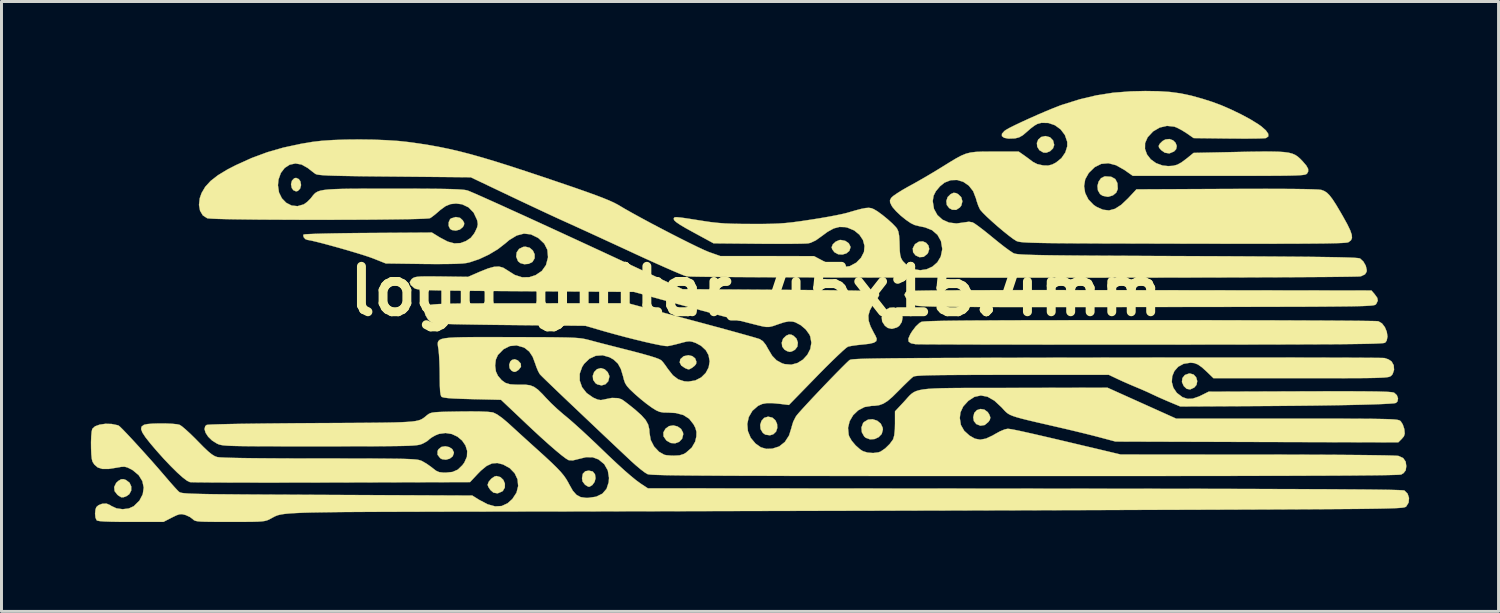
<source format=kicad_pcb>
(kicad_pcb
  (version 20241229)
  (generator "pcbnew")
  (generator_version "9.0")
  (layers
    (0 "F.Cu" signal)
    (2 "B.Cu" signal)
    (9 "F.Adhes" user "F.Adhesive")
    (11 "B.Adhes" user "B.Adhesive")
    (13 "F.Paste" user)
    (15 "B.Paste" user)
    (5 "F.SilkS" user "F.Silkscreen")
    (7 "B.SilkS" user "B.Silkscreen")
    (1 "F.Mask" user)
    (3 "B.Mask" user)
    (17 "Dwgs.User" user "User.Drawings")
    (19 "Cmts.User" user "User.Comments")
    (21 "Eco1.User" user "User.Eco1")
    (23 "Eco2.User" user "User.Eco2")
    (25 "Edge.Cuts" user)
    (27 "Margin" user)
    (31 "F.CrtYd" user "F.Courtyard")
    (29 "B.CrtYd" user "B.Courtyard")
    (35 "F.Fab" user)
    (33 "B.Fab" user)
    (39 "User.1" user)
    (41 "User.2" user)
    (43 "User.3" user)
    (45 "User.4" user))
  (footprint "logo_guitar_45x15.4mm"
    (layer "F.Cu")
    (at 22.325 6.723)
    (property "Reference" "logo_guitar_45x15.4mm" (at 0 0 0) (layer "F.SilkS") (effects (font (size 1.524 1.524) (thickness 0.3))))
    (attr through_hole)
    (fp_poly (pts (xy -15.348 -3.763) (xy -15.295 -3.69) (xy -15.271 -3.562) (xy -15.303 -3.444) (xy -15.377 -3.366) (xy -15.439 -3.35) (xy -15.531 -3.391) (xy -15.583 -3.464) (xy -15.607 -3.592) (xy -15.576 -3.71) (xy -15.501 -3.788) (xy -15.439 -3.803) (xy -15.348 -3.763)) (stroke (width 0.01) (type solid)) (fill yes) (layer "F.SilkS"))
    (fp_poly (pts (xy 9.864 -5.167) (xy 9.968 -5.06) (xy 10.006 -4.909) (xy 9.966 -4.793) (xy 9.867 -4.698) (xy 9.741 -4.648) (xy 9.644 -4.653) (xy 9.509 -4.732) (xy 9.437 -4.847) (xy 9.425 -4.974) (xy 9.471 -5.091) (xy 9.571 -5.176) (xy 9.712 -5.207) (xy 9.864 -5.167)) (stroke (width 0.01) (type solid)) (fill yes) (layer "F.SilkS"))
    (fp_poly (pts (xy 14.688 2.799) (xy 14.772 2.894) (xy 14.806 3.017) (xy 14.783 3.143) (xy 14.705 3.235) (xy 14.568 3.298) (xy 14.452 3.276) (xy 14.355 3.185) (xy 14.293 3.047) (xy 14.309 2.916) (xy 14.391 2.813) (xy 14.528 2.764) (xy 14.562 2.762) (xy 14.688 2.799)) (stroke (width 0.01) (type solid)) (fill yes) (layer "F.SilkS"))
    (fp_poly (pts (xy -10.298 5.233) (xy -10.194 5.303) (xy -10.143 5.408) (xy -10.142 5.429) (xy -10.181 5.54) (xy -10.28 5.619) (xy -10.409 5.655) (xy -10.54 5.638) (xy -10.602 5.603) (xy -10.69 5.489) (xy -10.689 5.364) (xy -10.657 5.303) (xy -10.558 5.226) (xy -10.429 5.205) (xy -10.298 5.233)) (stroke (width 0.01) (type solid)) (fill yes) (layer "F.SilkS"))
    (fp_poly (pts (xy -9.935 -2.461) (xy -9.843 -2.377) (xy -9.796 -2.288) (xy -9.803 -2.219) (xy -9.843 -2.151) (xy -9.942 -2.069) (xy -10.077 -2.034) (xy -10.207 -2.053) (xy -10.269 -2.092) (xy -10.318 -2.192) (xy -10.316 -2.314) (xy -10.269 -2.416) (xy -10.235 -2.443) (xy -10.076 -2.49) (xy -9.935 -2.461)) (stroke (width 0.01) (type solid)) (fill yes) (layer "F.SilkS"))
    (fp_poly (pts (xy -5.48 6.052) (xy -5.406 6.146) (xy -5.388 6.277) (xy -5.419 6.4) (xy -5.495 6.506) (xy -5.59 6.562) (xy -5.614 6.565) (xy -5.666 6.542) (xy -5.74 6.495) (xy -5.823 6.388) (xy -5.841 6.277) (xy -5.814 6.126) (xy -5.731 6.043) (xy -5.614 6.022) (xy -5.48 6.052)) (stroke (width 0.01) (type solid)) (fill yes) (layer "F.SilkS"))
    (fp_poly (pts (xy -5.082 2.62) (xy -4.978 2.719) (xy -4.925 2.843) (xy -4.924 2.868) (xy -4.96 3.022) (xy -5.055 3.123) (xy -5.185 3.162) (xy -5.329 3.127) (xy -5.389 3.087) (xy -5.468 2.974) (xy -5.48 2.84) (xy -5.434 2.712) (xy -5.338 2.617) (xy -5.207 2.581) (xy -5.082 2.62)) (stroke (width 0.01) (type solid)) (fill yes) (layer "F.SilkS"))
    (fp_poly (pts (xy 5.707 -1.624) (xy 5.785 -1.534) (xy 5.812 -1.417) (xy 5.771 -1.286) (xy 5.748 -1.252) (xy 5.624 -1.153) (xy 5.483 -1.142) (xy 5.353 -1.202) (xy 5.27 -1.308) (xy 5.261 -1.439) (xy 5.328 -1.569) (xy 5.343 -1.585) (xy 5.469 -1.664) (xy 5.596 -1.672) (xy 5.707 -1.624)) (stroke (width 0.01) (type solid)) (fill yes) (layer "F.SilkS"))
    (fp_poly (pts (xy 7.662 3.974) (xy 7.776 4.059) (xy 7.826 4.138) (xy 7.863 4.238) (xy 7.846 4.316) (xy 7.799 4.386) (xy 7.674 4.491) (xy 7.529 4.514) (xy 7.391 4.459) (xy 7.31 4.358) (xy 7.289 4.232) (xy 7.324 4.085) (xy 7.413 3.991) (xy 7.533 3.953) (xy 7.662 3.974)) (stroke (width 0.01) (type solid)) (fill yes) (layer "F.SilkS"))
    (fp_poly (pts (xy 13.995 -5.063) (xy 14.08 -4.979) (xy 14.119 -4.873) (xy 14.098 -4.766) (xy 14.028 -4.69) (xy 13.87 -4.624) (xy 13.717 -4.649) (xy 13.599 -4.733) (xy 13.526 -4.816) (xy 13.513 -4.877) (xy 13.55 -4.949) (xy 13.643 -5.04) (xy 13.738 -5.092) (xy 13.876 -5.107) (xy 13.995 -5.063)) (stroke (width 0.01) (type solid)) (fill yes) (layer "F.SilkS"))
    (fp_poly (pts (xy -7.998 2.323) (xy -7.988 2.33) (xy -7.897 2.429) (xy -7.89 2.538) (xy -7.97 2.64) (xy -7.979 2.646) (xy -8.066 2.701) (xy -8.126 2.708) (xy -8.204 2.669) (xy -8.206 2.668) (xy -8.272 2.584) (xy -8.285 2.468) (xy -8.247 2.358) (xy -8.192 2.307) (xy -8.099 2.283) (xy -7.998 2.323)) (stroke (width 0.01) (type solid)) (fill yes) (layer "F.SilkS"))
    (fp_poly (pts (xy -7.598 -1.458) (xy -7.491 -1.365) (xy -7.432 -1.24) (xy -7.432 -1.105) (xy -7.502 -0.986) (xy -7.508 -0.98) (xy -7.632 -0.918) (xy -7.78 -0.906) (xy -7.916 -0.945) (xy -7.989 -1.006) (xy -8.05 -1.158) (xy -8.034 -1.303) (xy -7.953 -1.42) (xy -7.817 -1.486) (xy -7.742 -1.494) (xy -7.598 -1.458)) (stroke (width 0.01) (type solid)) (fill yes) (layer "F.SilkS"))
    (fp_poly (pts (xy -2.635 4.54) (xy -2.518 4.622) (xy -2.452 4.745) (xy -2.445 4.805) (xy -2.483 4.952) (xy -2.58 5.055) (xy -2.715 5.105) (xy -2.863 5.095) (xy -3.001 5.016) (xy -3.013 5.005) (xy -3.106 4.871) (xy -3.11 4.739) (xy -3.039 4.614) (xy -2.92 4.528) (xy -2.777 4.505) (xy -2.635 4.54)) (stroke (width 0.01) (type solid)) (fill yes) (layer "F.SilkS"))
    (fp_poly (pts (xy 0.55 4.245) (xy 0.65 4.335) (xy 0.705 4.457) (xy 0.712 4.59) (xy 0.671 4.713) (xy 0.577 4.802) (xy 0.465 4.836) (xy 0.311 4.814) (xy 0.229 4.757) (xy 0.152 4.629) (xy 0.139 4.486) (xy 0.182 4.351) (xy 0.272 4.251) (xy 0.402 4.211) (xy 0.407 4.211) (xy 0.55 4.245)) (stroke (width 0.01) (type solid)) (fill yes) (layer "F.SilkS"))
    (fp_poly (pts (xy 6.71 -3.293) (xy 6.78 -3.258) (xy 6.886 -3.154) (xy 6.924 -3.017) (xy 6.889 -2.876) (xy 6.839 -2.81) (xy 6.714 -2.729) (xy 6.582 -2.735) (xy 6.482 -2.789) (xy 6.402 -2.893) (xy 6.386 -3.027) (xy 6.43 -3.159) (xy 6.531 -3.258) (xy 6.531 -3.258) (xy 6.63 -3.302) (xy 6.71 -3.293)) (stroke (width 0.01) (type solid)) (fill yes) (layer "F.SilkS"))
    (fp_poly (pts (xy -21.146 6.338) (xy -21.028 6.427) (xy -20.97 6.554) (xy -20.972 6.692) (xy -21.037 6.813) (xy -21.122 6.874) (xy -21.232 6.917) (xy -21.309 6.915) (xy -21.397 6.861) (xy -21.435 6.831) (xy -21.529 6.71) (xy -21.542 6.571) (xy -21.476 6.435) (xy -21.407 6.37) (xy -21.31 6.312) (xy -21.224 6.31) (xy -21.146 6.338)) (stroke (width 0.01) (type solid)) (fill yes) (layer "F.SilkS"))
    (fp_poly (pts (xy -8.58 6.24) (xy -8.482 6.333) (xy -8.43 6.458) (xy -8.432 6.589) (xy -8.497 6.701) (xy -8.522 6.721) (xy -8.674 6.785) (xy -8.813 6.761) (xy -8.916 6.672) (xy -8.981 6.574) (xy -9.01 6.5) (xy -9.01 6.497) (xy -8.973 6.396) (xy -8.885 6.293) (xy -8.778 6.219) (xy -8.712 6.203) (xy -8.58 6.24)) (stroke (width 0.01) (type solid)) (fill yes) (layer "F.SilkS"))
    (fp_poly (pts (xy -2.141 2.179) (xy -2.044 2.256) (xy -2.003 2.367) (xy -2.013 2.44) (xy -2.061 2.502) (xy -2.147 2.57) (xy -2.234 2.617) (xy -2.277 2.623) (xy -2.321 2.606) (xy -2.379 2.583) (xy -2.508 2.498) (xy -2.563 2.391) (xy -2.542 2.282) (xy -2.441 2.191) (xy -2.419 2.18) (xy -2.273 2.149) (xy -2.141 2.179)) (stroke (width 0.01) (type solid)) (fill yes) (layer "F.SilkS"))
    (fp_poly (pts (xy 2.994 -1.689) (xy 3.111 -1.608) (xy 3.167 -1.497) (xy 3.169 -1.471) (xy 3.131 -1.354) (xy 3.031 -1.27) (xy 2.898 -1.23) (xy 2.757 -1.239) (xy 2.633 -1.306) (xy 2.626 -1.313) (xy 2.559 -1.403) (xy 2.535 -1.471) (xy 2.575 -1.572) (xy 2.672 -1.662) (xy 2.794 -1.715) (xy 2.842 -1.72) (xy 2.994 -1.689)) (stroke (width 0.01) (type solid)) (fill yes) (layer "F.SilkS"))
    (fp_poly (pts (xy 4.063 4.345) (xy 4.183 4.443) (xy 4.249 4.581) (xy 4.256 4.645) (xy 4.217 4.79) (xy 4.115 4.898) (xy 3.976 4.962) (xy 3.824 4.972) (xy 3.682 4.92) (xy 3.63 4.876) (xy 3.55 4.734) (xy 3.537 4.574) (xy 3.591 4.428) (xy 3.622 4.392) (xy 3.759 4.31) (xy 3.913 4.298) (xy 4.063 4.345)) (stroke (width 0.01) (type solid)) (fill yes) (layer "F.SilkS"))
    (fp_poly (pts (xy 4.782 0.608) (xy 4.784 0.61) (xy 4.882 0.728) (xy 4.917 0.878) (xy 4.891 1.033) (xy 4.807 1.161) (xy 4.726 1.217) (xy 4.559 1.264) (xy 4.419 1.232) (xy 4.322 1.157) (xy 4.232 1.017) (xy 4.217 0.871) (xy 4.262 0.735) (xy 4.355 0.625) (xy 4.481 0.556) (xy 4.628 0.545) (xy 4.782 0.608)) (stroke (width 0.01) (type solid)) (fill yes) (layer "F.SilkS"))
    (fp_poly (pts (xy 11.918 -3.84) (xy 12.054 -3.766) (xy 12.127 -3.628) (xy 12.139 -3.43) (xy 12.09 -3.31) (xy 11.978 -3.217) (xy 11.829 -3.171) (xy 11.794 -3.169) (xy 11.633 -3.202) (xy 11.545 -3.26) (xy 11.473 -3.385) (xy 11.458 -3.533) (xy 11.496 -3.677) (xy 11.577 -3.792) (xy 11.694 -3.851) (xy 11.715 -3.854) (xy 11.918 -3.84)) (stroke (width 0.01) (type solid)) (fill yes) (layer "F.SilkS"))
    (fp_poly (pts (xy 1.187 1.461) (xy 1.256 1.496) (xy 1.358 1.594) (xy 1.402 1.726) (xy 1.386 1.86) (xy 1.306 1.965) (xy 1.305 1.965) (xy 1.204 2.02) (xy 1.132 2.037) (xy 1.044 2.013) (xy 0.958 1.965) (xy 0.878 1.861) (xy 0.862 1.727) (xy 0.906 1.595) (xy 1.007 1.496) (xy 1.007 1.496) (xy 1.106 1.452) (xy 1.187 1.461)) (stroke (width 0.01) (type solid)) (fill yes) (layer "F.SilkS"))
    (fp_poly (pts (xy 11.004 -0.036) (xy 12.05 -0.035) (xy 12.905 -0.034) (xy 20.654 -0.023) (xy 20.763 0.104) (xy 20.849 0.224) (xy 20.866 0.319) (xy 20.817 0.42) (xy 20.808 0.433) (xy 20.798 0.444) (xy 20.784 0.454) (xy 20.76 0.464) (xy 20.723 0.472) (xy 20.669 0.48) (xy 20.594 0.486) (xy 20.494 0.492) (xy 20.364 0.498) (xy 20.201 0.502) (xy 20 0.507) (xy 19.758 0.51) (xy 19.47 0.513) (xy 19.133 0.516) (xy 18.742 0.519) (xy 18.293 0.521) (xy 17.782 0.522) (xy 17.205 0.524) (xy 16.559 0.525) (xy 15.838 0.527) (xy 15.04 0.528) (xy 14.159 0.529) (xy 13.192 0.53) (xy 13.122 0.53) (xy 12.123 0.532) (xy 11.21 0.532) (xy 10.38 0.533) (xy 9.629 0.533) (xy 8.955 0.533) (xy 8.352 0.532) (xy 7.817 0.531) (xy 7.346 0.529) (xy 6.937 0.527) (xy 6.584 0.524) (xy 6.285 0.521) (xy 6.035 0.517) (xy 5.83 0.512) (xy 5.668 0.507) (xy 5.544 0.501) (xy 5.455 0.495) (xy 5.397 0.488) (xy 5.366 0.48) (xy 5.365 0.48) (xy 5.229 0.401) (xy 5.104 0.299) (xy 5.014 0.196) (xy 4.98 0.117) (xy 5.016 0.043) (xy 5.069 0.001) (xy 5.12 -0.006) (xy 5.249 -0.012) (xy 5.455 -0.017) (xy 5.741 -0.022) (xy 6.107 -0.026) (xy 6.554 -0.029) (xy 7.084 -0.032) (xy 7.697 -0.034) (xy 8.394 -0.036) (xy 9.177 -0.037) (xy 10.047 -0.037) (xy 11.004 -0.036)) (stroke (width 0.01) (type solid)) (fill yes) (layer "F.SilkS"))
    (fp_poly (pts (xy 14.042 0.974) (xy 14.839 0.974) (xy 15.609 0.975) (xy 16.345 0.977) (xy 17.043 0.978) (xy 17.699 0.98) (xy 18.307 0.983) (xy 18.863 0.985) (xy 19.361 0.988) (xy 19.798 0.991) (xy 20.168 0.994) (xy 20.467 0.998) (xy 20.689 1.001) (xy 20.83 1.005) (xy 20.885 1.009) (xy 21.007 1.081) (xy 21.104 1.208) (xy 21.168 1.363) (xy 21.191 1.522) (xy 21.165 1.659) (xy 21.114 1.726) (xy 21.093 1.734) (xy 21.048 1.742) (xy 20.974 1.748) (xy 20.868 1.754) (xy 20.726 1.76) (xy 20.545 1.765) (xy 20.32 1.769) (xy 20.049 1.773) (xy 19.727 1.777) (xy 19.35 1.78) (xy 18.915 1.782) (xy 18.418 1.784) (xy 17.856 1.786) (xy 17.223 1.788) (xy 16.518 1.789) (xy 15.735 1.79) (xy 14.872 1.791) (xy 13.925 1.792) (xy 13.293 1.792) (xy 12.459 1.792) (xy 11.649 1.792) (xy 10.865 1.792) (xy 10.114 1.792) (xy 9.401 1.791) (xy 8.729 1.791) (xy 8.104 1.79) (xy 7.53 1.789) (xy 7.013 1.788) (xy 6.556 1.786) (xy 6.166 1.785) (xy 5.846 1.783) (xy 5.602 1.782) (xy 5.438 1.78) (xy 5.358 1.778) (xy 5.354 1.778) (xy 5.199 1.748) (xy 5.119 1.689) (xy 5.112 1.59) (xy 5.176 1.444) (xy 5.239 1.343) (xy 5.362 1.181) (xy 5.485 1.067) (xy 5.543 1.032) (xy 5.577 1.024) (xy 5.642 1.017) (xy 5.741 1.011) (xy 5.878 1.005) (xy 6.058 1) (xy 6.283 0.995) (xy 6.557 0.991) (xy 6.884 0.987) (xy 7.268 0.984) (xy 7.712 0.982) (xy 8.219 0.979) (xy 8.793 0.977) (xy 9.439 0.976) (xy 10.159 0.975) (xy 10.957 0.974) (xy 11.838 0.974) (xy 12.803 0.973) (xy 13.221 0.973) (xy 14.042 0.974)) (stroke (width 0.01) (type solid)) (fill yes) (layer "F.SilkS"))
    (fp_poly (pts (xy 13.503 -6.711) (xy 13.887 -6.687) (xy 14.243 -6.639) (xy 14.599 -6.564) (xy 14.987 -6.456) (xy 15.301 -6.356) (xy 15.607 -6.243) (xy 15.939 -6.099) (xy 16.272 -5.938) (xy 16.582 -5.772) (xy 16.843 -5.612) (xy 16.958 -5.531) (xy 17.109 -5.398) (xy 17.188 -5.284) (xy 17.192 -5.196) (xy 17.118 -5.142) (xy 17.105 -5.138) (xy 17.032 -5.132) (xy 16.882 -5.126) (xy 16.669 -5.123) (xy 16.405 -5.122) (xy 16.105 -5.123) (xy 15.843 -5.125) (xy 14.686 -5.139) (xy 14.44 -5.309) (xy 14.284 -5.406) (xy 14.133 -5.485) (xy 14.038 -5.523) (xy 13.792 -5.549) (xy 13.548 -5.493) (xy 13.325 -5.363) (xy 13.142 -5.166) (xy 13.139 -5.16) (xy 13.056 -4.97) (xy 13.053 -4.775) (xy 13.12 -4.589) (xy 13.247 -4.425) (xy 13.425 -4.297) (xy 13.644 -4.218) (xy 13.833 -4.198) (xy 13.997 -4.208) (xy 14.136 -4.245) (xy 14.277 -4.322) (xy 14.449 -4.45) (xy 14.484 -4.478) (xy 14.684 -4.641) (xy 16.091 -4.671) (xy 16.56 -4.681) (xy 16.947 -4.686) (xy 17.262 -4.687) (xy 17.515 -4.682) (xy 17.716 -4.669) (xy 17.873 -4.648) (xy 17.997 -4.616) (xy 18.096 -4.573) (xy 18.18 -4.517) (xy 18.259 -4.447) (xy 18.342 -4.362) (xy 18.468 -4.215) (xy 18.528 -4.106) (xy 18.529 -4.017) (xy 18.496 -3.955) (xy 18.48 -3.938) (xy 18.455 -3.923) (xy 18.414 -3.911) (xy 18.351 -3.901) (xy 18.258 -3.893) (xy 18.129 -3.886) (xy 17.958 -3.881) (xy 17.737 -3.877) (xy 17.461 -3.875) (xy 17.122 -3.873) (xy 16.713 -3.872) (xy 16.229 -3.872) (xy 15.662 -3.872) (xy 15.539 -3.872) (xy 12.644 -3.872) (xy 12.359 -4.072) (xy 12.083 -4.228) (xy 11.826 -4.295) (xy 11.587 -4.274) (xy 11.366 -4.164) (xy 11.167 -3.97) (xy 11.047 -3.757) (xy 11.008 -3.527) (xy 11.045 -3.295) (xy 11.153 -3.079) (xy 11.33 -2.896) (xy 11.426 -2.831) (xy 11.643 -2.734) (xy 11.846 -2.711) (xy 12.047 -2.765) (xy 12.256 -2.899) (xy 12.484 -3.115) (xy 12.766 -3.418) (xy 15.789 -3.432) (xy 16.491 -3.434) (xy 17.103 -3.435) (xy 17.627 -3.434) (xy 18.064 -3.431) (xy 18.415 -3.426) (xy 18.682 -3.419) (xy 18.865 -3.411) (xy 18.967 -3.4) (xy 18.979 -3.397) (xy 19.072 -3.361) (xy 19.159 -3.305) (xy 19.248 -3.216) (xy 19.348 -3.085) (xy 19.468 -2.9) (xy 19.616 -2.65) (xy 19.694 -2.515) (xy 19.842 -2.248) (xy 19.94 -2.045) (xy 19.992 -1.894) (xy 20 -1.786) (xy 19.965 -1.708) (xy 19.89 -1.65) (xy 19.876 -1.643) (xy 19.842 -1.634) (xy 19.773 -1.626) (xy 19.666 -1.619) (xy 19.517 -1.613) (xy 19.32 -1.608) (xy 19.073 -1.603) (xy 18.771 -1.6) (xy 18.409 -1.597) (xy 17.984 -1.595) (xy 17.491 -1.594) (xy 16.927 -1.593) (xy 16.286 -1.593) (xy 15.565 -1.594) (xy 14.76 -1.595) (xy 14.33 -1.596) (xy 13.512 -1.598) (xy 12.78 -1.6) (xy 12.129 -1.602) (xy 11.553 -1.603) (xy 11.049 -1.606) (xy 10.61 -1.608) (xy 10.233 -1.611) (xy 9.912 -1.614) (xy 9.643 -1.618) (xy 9.42 -1.623) (xy 9.239 -1.628) (xy 9.095 -1.634) (xy 8.983 -1.641) (xy 8.897 -1.649) (xy 8.834 -1.658) (xy 8.789 -1.668) (xy 8.755 -1.679) (xy 8.738 -1.686) (xy 8.633 -1.753) (xy 8.482 -1.866) (xy 8.301 -2.011) (xy 8.107 -2.174) (xy 7.917 -2.342) (xy 7.745 -2.5) (xy 7.61 -2.634) (xy 7.526 -2.73) (xy 7.516 -2.744) (xy 7.459 -2.866) (xy 7.403 -3.029) (xy 7.38 -3.115) (xy 7.287 -3.356) (xy 7.141 -3.542) (xy 6.956 -3.67) (xy 6.749 -3.733) (xy 6.534 -3.726) (xy 6.326 -3.645) (xy 6.173 -3.521) (xy 6.034 -3.355) (xy 5.959 -3.207) (xy 5.932 -3.047) (xy 5.931 -3.009) (xy 5.971 -2.763) (xy 6.084 -2.557) (xy 6.255 -2.401) (xy 6.474 -2.303) (xy 6.726 -2.273) (xy 6.946 -2.303) (xy 7.142 -2.331) (xy 7.268 -2.309) (xy 7.343 -2.265) (xy 7.472 -2.173) (xy 7.64 -2.045) (xy 7.831 -1.892) (xy 7.938 -1.804) (xy 8.14 -1.64) (xy 8.33 -1.491) (xy 8.492 -1.372) (xy 8.61 -1.293) (xy 8.648 -1.272) (xy 8.678 -1.261) (xy 8.723 -1.252) (xy 8.787 -1.243) (xy 8.875 -1.235) (xy 8.991 -1.228) (xy 9.141 -1.222) (xy 9.329 -1.216) (xy 9.559 -1.211) (xy 9.837 -1.206) (xy 10.166 -1.202) (xy 10.553 -1.198) (xy 11.001 -1.194) (xy 11.515 -1.191) (xy 12.1 -1.188) (xy 12.761 -1.185) (xy 13.502 -1.181) (xy 14.328 -1.178) (xy 14.488 -1.177) (xy 15.357 -1.174) (xy 16.14 -1.17) (xy 16.839 -1.166) (xy 17.461 -1.162) (xy 18.008 -1.158) (xy 18.484 -1.154) (xy 18.895 -1.149) (xy 19.243 -1.144) (xy 19.533 -1.139) (xy 19.768 -1.133) (xy 19.954 -1.127) (xy 20.093 -1.12) (xy 20.19 -1.112) (xy 20.25 -1.104) (xy 20.272 -1.097) (xy 20.382 -0.996) (xy 20.463 -0.854) (xy 20.496 -0.709) (xy 20.491 -0.653) (xy 20.437 -0.566) (xy 20.315 -0.507) (xy 20.287 -0.499) (xy 20.225 -0.494) (xy 20.077 -0.49) (xy 19.848 -0.486) (xy 19.543 -0.482) (xy 19.166 -0.478) (xy 18.723 -0.475) (xy 18.217 -0.472) (xy 17.654 -0.469) (xy 17.039 -0.467) (xy 16.376 -0.464) (xy 15.669 -0.462) (xy 14.925 -0.46) (xy 14.147 -0.459) (xy 13.34 -0.457) (xy 12.508 -0.456) (xy 11.658 -0.455) (xy 10.793 -0.455) (xy 9.918 -0.454) (xy 9.038 -0.454) (xy 8.158 -0.455) (xy 7.282 -0.455) (xy 6.415 -0.456) (xy 5.562 -0.456) (xy 4.728 -0.458) (xy 3.918 -0.459) (xy 3.135 -0.461) (xy 2.385 -0.462) (xy 1.673 -0.465) (xy 1.004 -0.467) (xy 0.381 -0.469) (xy -0.189 -0.472) (xy -0.703 -0.475) (xy -1.156 -0.479) (xy -1.542 -0.482) (xy -1.858 -0.486) (xy -2.098 -0.49) (xy -2.257 -0.495) (xy -2.331 -0.499) (xy -2.334 -0.5) (xy -2.415 -0.527) (xy -2.568 -0.589) (xy -2.783 -0.68) (xy -3.05 -0.797) (xy -3.358 -0.934) (xy -3.698 -1.088) (xy -4.06 -1.254) (xy -4.145 -1.294) (xy -4.534 -1.474) (xy -4.925 -1.654) (xy -5.302 -1.828) (xy -5.653 -1.989) (xy -5.964 -2.131) (xy -6.22 -2.248) (xy -6.407 -2.332) (xy -6.616 -2.427) (xy -6.889 -2.553) (xy -7.209 -2.702) (xy -7.558 -2.866) (xy -7.918 -3.035) (xy -8.272 -3.203) (xy -8.308 -3.22) (xy -9.576 -3.824) (xy -12.137 -3.848) (xy -12.694 -3.853) (xy -13.168 -3.858) (xy -13.564 -3.864) (xy -13.891 -3.87) (xy -14.155 -3.876) (xy -14.362 -3.883) (xy -14.52 -3.892) (xy -14.635 -3.902) (xy -14.715 -3.913) (xy -14.766 -3.926) (xy -14.792 -3.939) (xy -14.887 -4.01) (xy -15.009 -4.105) (xy -15.048 -4.136) (xy -15.254 -4.252) (xy -15.459 -4.287) (xy -15.652 -4.246) (xy -15.82 -4.137) (xy -15.949 -3.969) (xy -16.029 -3.746) (xy -16.047 -3.554) (xy -16.012 -3.315) (xy -15.914 -3.116) (xy -15.768 -2.966) (xy -15.589 -2.875) (xy -15.389 -2.854) (xy -15.182 -2.913) (xy -15.173 -2.918) (xy -15.065 -2.996) (xy -14.951 -3.11) (xy -14.92 -3.149) (xy -14.872 -3.212) (xy -14.825 -3.265) (xy -14.773 -3.309) (xy -14.707 -3.345) (xy -14.621 -3.374) (xy -14.506 -3.396) (xy -14.354 -3.413) (xy -14.159 -3.425) (xy -13.912 -3.433) (xy -13.606 -3.438) (xy -13.233 -3.44) (xy -12.786 -3.441) (xy -12.257 -3.441) (xy -12.188 -3.441) (xy -11.641 -3.441) (xy -11.177 -3.439) (xy -10.79 -3.436) (xy -10.473 -3.432) (xy -10.219 -3.426) (xy -10.021 -3.418) (xy -9.872 -3.408) (xy -9.766 -3.397) (xy -9.694 -3.382) (xy -9.685 -3.38) (xy -9.607 -3.349) (xy -9.454 -3.284) (xy -9.231 -3.186) (xy -8.945 -3.058) (xy -8.602 -2.904) (xy -8.21 -2.725) (xy -7.773 -2.527) (xy -7.299 -2.31) (xy -6.794 -2.078) (xy -6.265 -1.834) (xy -5.717 -1.581) (xy -5.157 -1.322) (xy -4.591 -1.059) (xy -4.027 -0.796) (xy -3.645 -0.618) (xy -2.468 -0.068) (xy 0.805 -0.045) (xy 1.437 -0.041) (xy 1.983 -0.036) (xy 2.451 -0.032) (xy 2.847 -0.027) (xy 3.175 -0.022) (xy 3.443 -0.017) (xy 3.657 -0.01) (xy 3.821 -0.003) (xy 3.943 0.005) (xy 4.028 0.014) (xy 4.082 0.025) (xy 4.112 0.037) (xy 4.12 0.045) (xy 4.129 0.141) (xy 4.095 0.203) (xy 3.926 0.446) (xy 3.818 0.644) (xy 3.769 0.819) (xy 3.778 0.991) (xy 3.842 1.183) (xy 3.961 1.415) (xy 4.005 1.491) (xy 4.049 1.597) (xy 4.035 1.674) (xy 3.954 1.728) (xy 3.798 1.765) (xy 3.591 1.788) (xy 3.396 1.808) (xy 3.224 1.832) (xy 3.103 1.856) (xy 3.08 1.864) (xy 3.02 1.906) (xy 2.906 2.005) (xy 2.748 2.153) (xy 2.554 2.34) (xy 2.333 2.558) (xy 2.095 2.799) (xy 2.034 2.862) (xy 1.102 3.818) (xy 0.811 3.782) (xy 0.551 3.757) (xy 0.357 3.757) (xy 0.207 3.785) (xy 0.079 3.842) (xy 0.063 3.851) (xy -0.125 4.016) (xy -0.245 4.223) (xy -0.295 4.455) (xy -0.275 4.693) (xy -0.181 4.92) (xy -0.019 5.113) (xy 0.16 5.239) (xy 0.343 5.292) (xy 0.544 5.285) (xy 0.776 5.211) (xy 0.966 5.061) (xy 1.107 4.843) (xy 1.194 4.565) (xy 1.198 4.541) (xy 1.247 4.381) (xy 1.33 4.217) (xy 1.356 4.178) (xy 1.424 4.096) (xy 1.542 3.964) (xy 1.7 3.792) (xy 1.887 3.591) (xy 2.092 3.374) (xy 2.305 3.15) (xy 2.515 2.932) (xy 2.712 2.73) (xy 2.885 2.555) (xy 3.023 2.418) (xy 3.115 2.331) (xy 3.142 2.309) (xy 3.161 2.301) (xy 3.197 2.293) (xy 3.255 2.286) (xy 3.336 2.28) (xy 3.446 2.274) (xy 3.588 2.269) (xy 3.764 2.264) (xy 3.98 2.26) (xy 4.239 2.256) (xy 4.544 2.252) (xy 4.899 2.249) (xy 5.308 2.246) (xy 5.775 2.244) (xy 6.302 2.241) (xy 6.894 2.239) (xy 7.554 2.237) (xy 8.286 2.236) (xy 9.094 2.234) (xy 9.981 2.232) (xy 10.952 2.231) (xy 12.008 2.229) (xy 12.089 2.229) (xy 12.979 2.228) (xy 13.847 2.227) (xy 14.687 2.227) (xy 15.495 2.227) (xy 16.267 2.227) (xy 16.997 2.227) (xy 17.683 2.227) (xy 18.319 2.228) (xy 18.901 2.229) (xy 19.424 2.231) (xy 19.884 2.232) (xy 20.277 2.234) (xy 20.597 2.236) (xy 20.842 2.238) (xy 21.006 2.24) (xy 21.085 2.243) (xy 21.09 2.243) (xy 21.223 2.288) (xy 21.328 2.357) (xy 21.401 2.486) (xy 21.412 2.641) (xy 21.363 2.784) (xy 21.32 2.834) (xy 21.298 2.851) (xy 21.269 2.866) (xy 21.225 2.879) (xy 21.16 2.889) (xy 21.068 2.898) (xy 20.941 2.904) (xy 20.774 2.91) (xy 20.558 2.914) (xy 20.289 2.917) (xy 19.958 2.918) (xy 19.559 2.92) (xy 19.086 2.92) (xy 18.532 2.92) (xy 18.289 2.92) (xy 15.352 2.92) (xy 15.135 2.71) (xy 14.966 2.556) (xy 14.831 2.461) (xy 14.709 2.413) (xy 14.58 2.4) (xy 14.35 2.436) (xy 14.168 2.535) (xy 14.039 2.681) (xy 13.966 2.858) (xy 13.953 3.049) (xy 14.004 3.24) (xy 14.121 3.413) (xy 14.309 3.555) (xy 14.316 3.558) (xy 14.479 3.613) (xy 14.654 3.606) (xy 14.863 3.534) (xy 14.941 3.497) (xy 15.19 3.373) (xy 18.246 3.362) (xy 18.876 3.36) (xy 19.421 3.359) (xy 19.886 3.359) (xy 20.278 3.361) (xy 20.601 3.363) (xy 20.862 3.367) (xy 21.066 3.373) (xy 21.218 3.38) (xy 21.325 3.389) (xy 21.391 3.4) (xy 21.416 3.408) (xy 21.506 3.49) (xy 21.545 3.597) (xy 21.528 3.698) (xy 21.475 3.75) (xy 21.406 3.763) (xy 21.25 3.775) (xy 21.012 3.787) (xy 20.697 3.799) (xy 20.308 3.81) (xy 19.849 3.82) (xy 19.326 3.829) (xy 18.742 3.838) (xy 18.101 3.845) (xy 17.408 3.851) (xy 16.667 3.856) (xy 16.322 3.858) (xy 14.239 3.869) (xy 13.893 3.725) (xy 13.69 3.638) (xy 13.482 3.546) (xy 13.313 3.467) (xy 13.304 3.463) (xy 13.132 3.382) (xy 12.924 3.291) (xy 12.745 3.216) (xy 12.533 3.126) (xy 12.301 3.024) (xy 12.134 2.947) (xy 11.84 2.807) (xy 8.601 2.807) (xy 7.967 2.807) (xy 7.416 2.808) (xy 6.945 2.81) (xy 6.546 2.812) (xy 6.215 2.815) (xy 5.944 2.819) (xy 5.729 2.824) (xy 5.562 2.831) (xy 5.439 2.839) (xy 5.354 2.848) (xy 5.3 2.859) (xy 5.272 2.871) (xy 5.207 2.926) (xy 5.094 3.033) (xy 4.949 3.174) (xy 4.788 3.336) (xy 4.778 3.346) (xy 4.576 3.546) (xy 4.412 3.686) (xy 4.269 3.775) (xy 4.129 3.825) (xy 3.974 3.846) (xy 3.881 3.848) (xy 3.64 3.888) (xy 3.428 3.998) (xy 3.258 4.161) (xy 3.14 4.363) (xy 3.086 4.587) (xy 3.108 4.818) (xy 3.127 4.876) (xy 3.209 5.019) (xy 3.341 5.175) (xy 3.492 5.309) (xy 3.586 5.369) (xy 3.742 5.417) (xy 3.93 5.431) (xy 4.106 5.409) (xy 4.18 5.382) (xy 4.335 5.276) (xy 4.486 5.128) (xy 4.596 4.978) (xy 4.6 4.971) (xy 4.637 4.841) (xy 4.659 4.632) (xy 4.663 4.441) (xy 4.663 4.033) (xy 4.939 3.738) (xy 5.023 3.646) (xy 5.093 3.566) (xy 5.157 3.497) (xy 5.221 3.44) (xy 5.292 3.391) (xy 5.377 3.352) (xy 5.482 3.321) (xy 5.615 3.296) (xy 5.783 3.278) (xy 5.991 3.265) (xy 6.248 3.256) (xy 6.559 3.251) (xy 6.932 3.248) (xy 7.373 3.247) (xy 7.889 3.247) (xy 8.487 3.246) (xy 8.659 3.246) (xy 11.794 3.239) (xy 12.949 3.759) (xy 14.104 4.279) (xy 17.826 4.279) (xy 18.493 4.279) (xy 19.076 4.279) (xy 19.579 4.279) (xy 20.01 4.28) (xy 20.374 4.282) (xy 20.677 4.284) (xy 20.924 4.288) (xy 21.123 4.292) (xy 21.278 4.297) (xy 21.396 4.304) (xy 21.482 4.312) (xy 21.543 4.322) (xy 21.584 4.333) (xy 21.612 4.346) (xy 21.631 4.362) (xy 21.639 4.369) (xy 21.704 4.472) (xy 21.752 4.614) (xy 21.759 4.649) (xy 21.77 4.781) (xy 21.743 4.87) (xy 21.671 4.956) (xy 21.553 5.073) (xy 16.81 5.06) (xy 12.066 5.046) (xy 11.545 4.907) (xy 11.323 4.849) (xy 11.04 4.778) (xy 10.723 4.701) (xy 10.4 4.624) (xy 10.187 4.575) (xy 9.759 4.476) (xy 9.41 4.396) (xy 9.131 4.33) (xy 8.911 4.275) (xy 8.742 4.228) (xy 8.615 4.186) (xy 8.519 4.146) (xy 8.447 4.103) (xy 8.387 4.055) (xy 8.332 3.999) (xy 8.271 3.932) (xy 8.24 3.898) (xy 8 3.675) (xy 7.769 3.542) (xy 7.545 3.499) (xy 7.329 3.546) (xy 7.125 3.679) (xy 6.952 3.868) (xy 6.859 4.069) (xy 6.837 4.256) (xy 6.873 4.488) (xy 6.985 4.685) (xy 7.162 4.845) (xy 7.344 4.949) (xy 7.523 4.983) (xy 7.717 4.947) (xy 7.944 4.841) (xy 8.014 4.799) (xy 8.187 4.704) (xy 8.341 4.64) (xy 8.442 4.618) (xy 8.492 4.622) (xy 8.573 4.634) (xy 8.69 4.656) (xy 8.85 4.689) (xy 9.058 4.735) (xy 9.322 4.794) (xy 9.646 4.869) (xy 10.038 4.96) (xy 10.503 5.07) (xy 11.047 5.199) (xy 11.295 5.257) (xy 12.244 5.483) (xy 16.818 5.484) (xy 17.545 5.485) (xy 18.226 5.487) (xy 18.857 5.489) (xy 19.433 5.492) (xy 19.951 5.496) (xy 20.405 5.5) (xy 20.791 5.505) (xy 21.104 5.51) (xy 21.34 5.516) (xy 21.495 5.523) (xy 21.562 5.529) (xy 21.718 5.6) (xy 21.802 5.721) (xy 21.822 5.872) (xy 21.803 6.012) (xy 21.732 6.104) (xy 21.656 6.151) (xy 21.622 6.156) (xy 21.539 6.162) (xy 21.406 6.166) (xy 21.221 6.171) (xy 20.98 6.175) (xy 20.682 6.179) (xy 20.326 6.182) (xy 19.907 6.186) (xy 19.425 6.189) (xy 18.877 6.191) (xy 18.261 6.193) (xy 17.575 6.196) (xy 16.816 6.197) (xy 15.982 6.199) (xy 15.072 6.2) (xy 14.082 6.201) (xy 13.011 6.202) (xy 11.857 6.202) (xy 10.617 6.203) (xy 9.289 6.203) (xy 9.034 6.203) (xy 7.755 6.203) (xy 6.563 6.203) (xy 5.456 6.202) (xy 4.43 6.202) (xy 3.482 6.201) (xy 2.61 6.201) (xy 1.811 6.2) (xy 1.08 6.199) (xy 0.416 6.197) (xy -0.184 6.196) (xy -0.724 6.194) (xy -1.207 6.192) (xy -1.636 6.189) (xy -2.014 6.187) (xy -2.343 6.184) (xy -2.627 6.18) (xy -2.869 6.177) (xy -3.072 6.173) (xy -3.239 6.168) (xy -3.373 6.164) (xy -3.476 6.159) (xy -3.553 6.153) (xy -3.606 6.147) (xy -3.637 6.141) (xy -3.644 6.138) (xy -3.736 6.083) (xy -3.874 5.978) (xy -4.04 5.839) (xy -4.215 5.681) (xy -4.222 5.674) (xy -4.715 5.21) (xy -5.176 4.775) (xy -5.599 4.374) (xy -5.983 4.01) (xy -6.324 3.687) (xy -6.617 3.408) (xy -6.86 3.175) (xy -7.048 2.994) (xy -7.178 2.867) (xy -7.247 2.797) (xy -7.255 2.788) (xy -7.266 2.768) (xy -5.919 2.768) (xy -5.918 3.002) (xy -5.84 3.223) (xy -5.688 3.417) (xy -5.47 3.57) (xy -5.453 3.578) (xy -5.315 3.638) (xy -5.211 3.655) (xy -5.101 3.636) (xy -5.073 3.628) (xy -4.837 3.582) (xy -4.629 3.59) (xy -4.513 3.629) (xy -4.437 3.679) (xy -4.312 3.773) (xy -4.158 3.895) (xy -4.057 3.977) (xy -3.848 4.164) (xy -3.706 4.324) (xy -3.622 4.476) (xy -3.583 4.639) (xy -3.577 4.754) (xy -3.536 4.993) (xy -3.423 5.213) (xy -3.256 5.39) (xy -3.079 5.491) (xy -2.997 5.506) (xy -2.861 5.517) (xy -2.757 5.52) (xy -2.569 5.51) (xy -2.427 5.465) (xy -2.354 5.422) (xy -2.159 5.251) (xy -2.044 5.051) (xy -2.004 4.875) (xy -2 4.721) (xy -2.036 4.588) (xy -2.099 4.466) (xy -2.247 4.279) (xy -2.441 4.155) (xy -2.692 4.089) (xy -2.929 4.075) (xy -3.107 4.071) (xy -3.233 4.05) (xy -3.348 4.001) (xy -3.491 3.912) (xy -3.515 3.895) (xy -3.677 3.777) (xy -3.868 3.624) (xy -4.052 3.465) (xy -4.089 3.431) (xy -4.238 3.29) (xy -4.334 3.182) (xy -4.395 3.084) (xy -4.436 2.969) (xy -4.463 2.858) (xy -4.538 2.609) (xy -4.638 2.428) (xy -4.779 2.296) (xy -4.914 2.218) (xy -5.148 2.15) (xy -5.379 2.167) (xy -5.591 2.264) (xy -5.769 2.435) (xy -5.836 2.538) (xy -5.919 2.768) (xy -7.266 2.768) (xy -7.311 2.692) (xy -7.372 2.547) (xy -7.406 2.446) (xy -7.498 2.199) (xy -7.613 2.025) (xy -7.761 1.907) (xy -7.805 1.885) (xy -8.037 1.819) (xy -8.264 1.841) (xy -8.476 1.948) (xy -8.662 2.137) (xy -8.664 2.139) (xy -8.735 2.3) (xy -8.758 2.497) (xy -8.732 2.693) (xy -8.665 2.838) (xy -8.539 2.986) (xy -8.411 3.078) (xy -8.255 3.125) (xy -8.046 3.138) (xy -7.959 3.137) (xy -7.749 3.137) (xy -7.587 3.158) (xy -7.452 3.211) (xy -7.319 3.306) (xy -7.167 3.455) (xy -7.055 3.577) (xy -6.882 3.756) (xy -6.673 3.953) (xy -6.465 4.134) (xy -6.407 4.181) (xy -6.264 4.3) (xy -6.073 4.468) (xy -5.848 4.671) (xy -5.607 4.895) (xy -5.364 5.124) (xy -5.297 5.189) (xy -4.95 5.522) (xy -4.657 5.797) (xy -4.411 6.021) (xy -4.204 6.2) (xy -4.029 6.343) (xy -3.876 6.455) (xy -3.819 6.493) (xy -3.631 6.616) (xy 9.017 6.626) (xy 10.354 6.628) (xy 11.604 6.629) (xy 12.767 6.63) (xy 13.848 6.632) (xy 14.847 6.633) (xy 15.767 6.635) (xy 16.612 6.637) (xy 17.382 6.64) (xy 18.081 6.642) (xy 18.711 6.645) (xy 19.275 6.647) (xy 19.773 6.651) (xy 20.21 6.654) (xy 20.588 6.657) (xy 20.908 6.661) (xy 21.173 6.665) (xy 21.386 6.67) (xy 21.549 6.675) (xy 21.665 6.68) (xy 21.735 6.685) (xy 21.761 6.69) (xy 21.866 6.795) (xy 21.914 6.94) (xy 21.901 7.093) (xy 21.823 7.221) (xy 21.818 7.226) (xy 21.806 7.235) (xy 21.789 7.244) (xy 21.763 7.252) (xy 21.726 7.26) (xy 21.673 7.267) (xy 21.601 7.273) (xy 21.506 7.279) (xy 21.386 7.284) (xy 21.237 7.289) (xy 21.055 7.294) (xy 20.837 7.298) (xy 20.579 7.302) (xy 20.278 7.306) (xy 19.931 7.309) (xy 19.533 7.312) (xy 19.082 7.315) (xy 18.575 7.318) (xy 18.006 7.321) (xy 17.374 7.324) (xy 16.675 7.327) (xy 15.905 7.33) (xy 15.06 7.333) (xy 14.138 7.336) (xy 13.135 7.339) (xy 12.047 7.343) (xy 11.212 7.346) (xy 10.106 7.349) (xy 8.947 7.353) (xy 7.746 7.356) (xy 6.512 7.36) (xy 5.254 7.363) (xy 3.982 7.367) (xy 2.705 7.37) (xy 1.433 7.373) (xy 0.176 7.376) (xy -1.058 7.379) (xy -2.259 7.382) (xy -3.418 7.385) (xy -4.524 7.387) (xy -5.57 7.39) (xy -6.544 7.392) (xy -7.438 7.393) (xy -7.516 7.393) (xy -8.536 7.395) (xy -9.47 7.397) (xy -10.322 7.398) (xy -11.095 7.4) (xy -11.793 7.402) (xy -12.421 7.404) (xy -12.983 7.406) (xy -13.482 7.409) (xy -13.922 7.412) (xy -14.309 7.417) (xy -14.644 7.422) (xy -14.934 7.427) (xy -15.181 7.434) (xy -15.39 7.443) (xy -15.564 7.452) (xy -15.708 7.463) (xy -15.826 7.475) (xy -15.921 7.489) (xy -15.999 7.505) (xy -16.062 7.522) (xy -16.114 7.542) (xy -16.161 7.563) (xy -16.205 7.587) (xy -16.251 7.612) (xy -16.295 7.636) (xy -16.358 7.669) (xy -16.421 7.694) (xy -16.495 7.712) (xy -16.593 7.725) (xy -16.726 7.734) (xy -16.907 7.739) (xy -17.147 7.741) (xy -17.46 7.742) (xy -17.657 7.742) (xy -18.013 7.742) (xy -18.289 7.74) (xy -18.496 7.737) (xy -18.646 7.731) (xy -18.75 7.721) (xy -18.818 7.706) (xy -18.863 7.687) (xy -18.894 7.661) (xy -18.903 7.651) (xy -19.001 7.578) (xy -19.136 7.516) (xy -19.16 7.508) (xy -19.26 7.484) (xy -19.347 7.486) (xy -19.449 7.52) (xy -19.598 7.592) (xy -19.611 7.599) (xy -19.889 7.742) (xy -20.983 7.742) (xy -21.363 7.741) (xy -21.659 7.736) (xy -21.877 7.728) (xy -22.025 7.716) (xy -22.109 7.7) (xy -22.131 7.688) (xy -22.171 7.598) (xy -22.184 7.463) (xy -22.169 7.323) (xy -22.141 7.246) (xy -22.069 7.183) (xy -21.952 7.137) (xy -21.938 7.134) (xy -21.802 7.128) (xy -21.683 7.178) (xy -21.639 7.208) (xy -21.467 7.288) (xy -21.26 7.317) (xy -21.054 7.293) (xy -20.887 7.217) (xy -20.695 7.028) (xy -20.584 6.815) (xy -20.551 6.592) (xy -20.597 6.374) (xy -20.72 6.174) (xy -20.919 6.008) (xy -20.972 5.978) (xy -21.097 5.916) (xy -21.194 5.89) (xy -21.304 5.895) (xy -21.449 5.921) (xy -21.727 5.965) (xy -21.938 5.965) (xy -22.094 5.916) (xy -22.21 5.816) (xy -22.271 5.719) (xy -22.294 5.627) (xy -22.31 5.47) (xy -22.318 5.276) (xy -22.32 5.068) (xy -22.313 4.873) (xy -22.299 4.716) (xy -22.278 4.622) (xy -22.276 4.619) (xy -22.185 4.535) (xy -22.031 4.479) (xy -21.838 4.451) (xy -21.631 4.456) (xy -21.433 4.497) (xy -21.394 4.511) (xy -21.344 4.552) (xy -21.244 4.651) (xy -21.102 4.799) (xy -20.928 4.985) (xy -20.73 5.201) (xy -20.518 5.435) (xy -20.3 5.678) (xy -20.086 5.921) (xy -19.885 6.154) (xy -19.8 6.253) (xy -19.657 6.419) (xy -19.527 6.566) (xy -19.424 6.677) (xy -19.376 6.725) (xy -19.359 6.739) (xy -19.336 6.752) (xy -19.302 6.763) (xy -19.253 6.773) (xy -19.183 6.781) (xy -19.086 6.789) (xy -18.959 6.795) (xy -18.795 6.801) (xy -18.589 6.806) (xy -18.337 6.811) (xy -18.034 6.815) (xy -17.673 6.818) (xy -17.25 6.822) (xy -16.76 6.825) (xy -16.198 6.828) (xy -15.559 6.831) (xy -14.836 6.835) (xy -14.4 6.837) (xy -9.523 6.859) (xy -9.289 7.005) (xy -9.006 7.153) (xy -8.758 7.222) (xy -8.538 7.21) (xy -8.339 7.118) (xy -8.18 6.975) (xy -8.04 6.762) (xy -7.984 6.538) (xy -8.005 6.315) (xy -8.101 6.11) (xy -8.268 5.937) (xy -8.491 5.815) (xy -8.685 5.766) (xy -8.864 5.781) (xy -9.042 5.864) (xy -9.236 6.023) (xy -9.339 6.128) (xy -9.6 6.407) (xy -14.229 6.42) (xy -14.871 6.421) (xy -15.49 6.422) (xy -16.079 6.423) (xy -16.632 6.423) (xy -17.143 6.422) (xy -17.605 6.421) (xy -18.011 6.42) (xy -18.357 6.418) (xy -18.636 6.415) (xy -18.84 6.413) (xy -18.965 6.409) (xy -19.002 6.407) (xy -19.099 6.36) (xy -19.244 6.25) (xy -19.428 6.085) (xy -19.642 5.873) (xy -19.879 5.624) (xy -20.129 5.344) (xy -20.323 5.116) (xy -20.491 4.904) (xy -20.596 4.744) (xy -20.639 4.628) (xy -20.624 4.546) (xy -20.553 4.491) (xy -20.53 4.481) (xy -20.421 4.459) (xy -20.248 4.445) (xy -20.038 4.439) (xy -19.815 4.44) (xy -19.607 4.449) (xy -19.44 4.465) (xy -19.348 4.485) (xy -19.272 4.534) (xy -19.15 4.636) (xy -18.994 4.779) (xy -18.821 4.948) (xy -18.745 5.026) (xy -18.543 5.231) (xy -18.388 5.378) (xy -18.267 5.476) (xy -18.169 5.536) (xy -18.088 5.566) (xy -18.001 5.577) (xy -17.824 5.586) (xy -17.56 5.594) (xy -17.209 5.601) (xy -16.773 5.606) (xy -16.253 5.61) (xy -15.65 5.613) (xy -14.966 5.615) (xy -14.647 5.615) (xy -14.024 5.615) (xy -13.486 5.616) (xy -13.025 5.617) (xy -12.635 5.618) (xy -12.31 5.621) (xy -12.042 5.624) (xy -11.826 5.628) (xy -11.655 5.634) (xy -11.523 5.641) (xy -11.422 5.649) (xy -11.347 5.659) (xy -11.291 5.672) (xy -11.247 5.686) (xy -11.21 5.702) (xy -11.206 5.704) (xy -11.056 5.791) (xy -10.898 5.903) (xy -10.851 5.941) (xy -10.737 6.028) (xy -10.633 6.073) (xy -10.499 6.088) (xy -10.413 6.09) (xy -10.186 6.066) (xy -10.008 5.987) (xy -9.854 5.837) (xy -9.791 5.751) (xy -9.704 5.556) (xy -9.695 5.36) (xy -9.753 5.176) (xy -9.866 5.012) (xy -10.023 4.881) (xy -10.212 4.793) (xy -10.422 4.759) (xy -10.641 4.789) (xy -10.765 4.839) (xy -10.884 4.907) (xy -10.966 4.967) (xy -10.982 4.984) (xy -11.04 5.033) (xy -11.149 5.095) (xy -11.2 5.12) (xy -11.24 5.136) (xy -11.286 5.15) (xy -11.345 5.162) (xy -11.424 5.172) (xy -11.529 5.181) (xy -11.667 5.188) (xy -11.844 5.193) (xy -12.066 5.197) (xy -12.341 5.2) (xy -12.675 5.203) (xy -13.074 5.204) (xy -13.545 5.205) (xy -14.094 5.206) (xy -14.644 5.206) (xy -15.265 5.206) (xy -15.803 5.206) (xy -16.263 5.205) (xy -16.652 5.204) (xy -16.976 5.202) (xy -17.243 5.199) (xy -17.459 5.195) (xy -17.629 5.19) (xy -17.761 5.183) (xy -17.862 5.175) (xy -17.937 5.164) (xy -17.994 5.152) (xy -18.039 5.138) (xy -18.078 5.121) (xy -18.093 5.114) (xy -18.257 5.011) (xy -18.388 4.884) (xy -18.475 4.751) (xy -18.511 4.627) (xy -18.486 4.529) (xy -18.439 4.489) (xy -18.381 4.482) (xy -18.238 4.474) (xy -18.017 4.467) (xy -17.725 4.46) (xy -17.366 4.453) (xy -16.947 4.447) (xy -16.475 4.441) (xy -15.956 4.436) (xy -15.395 4.431) (xy -14.896 4.428) (xy -14.247 4.425) (xy -13.682 4.422) (xy -13.195 4.419) (xy -12.78 4.415) (xy -12.429 4.411) (xy -12.138 4.405) (xy -11.899 4.397) (xy -11.706 4.387) (xy -11.552 4.375) (xy -11.432 4.359) (xy -11.339 4.339) (xy -11.266 4.316) (xy -11.208 4.287) (xy -11.157 4.254) (xy -11.108 4.216) (xy -11.055 4.171) (xy -11.033 4.154) (xy -10.986 4.12) (xy -10.934 4.094) (xy -10.863 4.075) (xy -10.761 4.062) (xy -10.615 4.053) (xy -10.411 4.046) (xy -10.137 4.041) (xy -9.946 4.038) (xy -9.565 4.035) (xy -9.252 4.038) (xy -9.015 4.048) (xy -8.859 4.064) (xy -8.818 4.074) (xy -8.693 4.135) (xy -8.525 4.253) (xy -8.33 4.417) (xy -8.294 4.45) (xy -8.131 4.599) (xy -7.924 4.788) (xy -7.694 4.997) (xy -7.465 5.204) (xy -7.377 5.283) (xy -7.091 5.542) (xy -6.864 5.753) (xy -6.688 5.925) (xy -6.553 6.068) (xy -6.45 6.192) (xy -6.369 6.309) (xy -6.301 6.426) (xy -6.273 6.481) (xy -6.151 6.696) (xy -6.028 6.835) (xy -5.886 6.911) (xy -5.707 6.937) (xy -5.639 6.937) (xy -5.366 6.897) (xy -5.159 6.796) (xy -5.018 6.634) (xy -4.946 6.412) (xy -4.935 6.266) (xy -4.976 6.014) (xy -5.095 5.805) (xy -5.287 5.646) (xy -5.482 5.574) (xy -5.708 5.571) (xy -5.967 5.634) (xy -6.15 5.679) (xy -6.281 5.672) (xy -6.298 5.666) (xy -6.385 5.614) (xy -6.529 5.505) (xy -6.721 5.346) (xy -6.953 5.145) (xy -7.217 4.908) (xy -7.504 4.643) (xy -7.674 4.483) (xy -7.863 4.304) (xy -8.051 4.126) (xy -8.215 3.971) (xy -8.337 3.856) (xy -8.344 3.849) (xy -8.56 3.645) (xy -9.53 3.622) (xy -9.881 3.612) (xy -10.15 3.601) (xy -10.345 3.587) (xy -10.473 3.57) (xy -10.544 3.55) (xy -10.559 3.54) (xy -10.585 3.482) (xy -10.603 3.363) (xy -10.613 3.175) (xy -10.617 2.907) (xy -10.617 2.861) (xy -10.62 2.604) (xy -10.629 2.352) (xy -10.641 2.133) (xy -10.656 1.974) (xy -10.657 1.965) (xy -10.672 1.873) (xy -10.682 1.795) (xy -10.682 1.73) (xy -10.664 1.678) (xy -10.622 1.636) (xy -10.548 1.603) (xy -10.436 1.579) (xy -10.28 1.562) (xy -10.071 1.551) (xy -9.803 1.544) (xy -9.47 1.541) (xy -9.065 1.541) (xy -8.58 1.541) (xy -8.219 1.542) (xy -7.702 1.543) (xy -7.268 1.544) (xy -6.907 1.546) (xy -6.611 1.55) (xy -6.372 1.554) (xy -6.181 1.56) (xy -6.029 1.569) (xy -5.909 1.579) (xy -5.811 1.593) (xy -5.728 1.609) (xy -5.65 1.628) (xy -5.637 1.631) (xy -5.487 1.671) (xy -5.272 1.728) (xy -5.011 1.795) (xy -4.729 1.867) (xy -4.505 1.924) (xy -4.112 2.024) (xy -3.799 2.108) (xy -3.558 2.176) (xy -3.382 2.231) (xy -3.261 2.277) (xy -3.189 2.315) (xy -3.178 2.323) (xy -3.122 2.384) (xy -3.038 2.496) (xy -2.959 2.61) (xy -2.79 2.824) (xy -2.612 2.959) (xy -2.411 3.024) (xy -2.276 3.034) (xy -2.04 2.996) (xy -1.841 2.894) (xy -1.689 2.743) (xy -1.591 2.558) (xy -1.557 2.353) (xy -1.595 2.145) (xy -1.686 1.981) (xy -1.845 1.833) (xy -2.021 1.738) (xy -2.138 1.697) (xy -2.23 1.681) (xy -2.331 1.69) (xy -2.474 1.725) (xy -2.531 1.741) (xy -2.707 1.787) (xy -2.867 1.824) (xy -2.966 1.843) (xy -3.055 1.838) (xy -3.219 1.811) (xy -3.446 1.765) (xy -3.722 1.703) (xy -4.036 1.627) (xy -4.376 1.541) (xy -4.728 1.447) (xy -5.082 1.349) (xy -5.229 1.306) (xy -5.727 1.161) (xy -8.263 1.135) (xy -8.841 1.129) (xy -9.335 1.122) (xy -9.749 1.115) (xy -10.09 1.108) (xy -10.362 1.1) (xy -10.573 1.091) (xy -10.727 1.08) (xy -10.831 1.069) (xy -10.889 1.056) (xy -10.9 1.051) (xy -11.009 0.95) (xy -11.097 0.802) (xy -11.137 0.653) (xy -11.138 0.637) (xy -11.138 0.595) (xy -11.132 0.559) (xy -11.116 0.527) (xy -11.084 0.501) (xy -11.028 0.478) (xy -10.945 0.46) (xy -10.826 0.445) (xy -10.668 0.433) (xy -10.463 0.424) (xy -10.206 0.418) (xy -9.891 0.413) (xy -9.512 0.41) (xy -9.062 0.408) (xy -8.537 0.407) (xy -7.93 0.407) (xy -7.615 0.407) (xy -4.3 0.404) (xy -2.162 0.976) (xy -1.732 1.091) (xy -1.326 1.201) (xy -0.951 1.303) (xy -0.618 1.395) (xy -0.335 1.474) (xy -0.112 1.537) (xy 0.043 1.583) (xy 0.12 1.607) (xy 0.122 1.608) (xy 0.228 1.677) (xy 0.326 1.799) (xy 0.404 1.939) (xy 0.54 2.167) (xy 0.69 2.322) (xy 0.872 2.42) (xy 0.96 2.447) (xy 1.182 2.466) (xy 1.391 2.41) (xy 1.575 2.295) (xy 1.722 2.133) (xy 1.82 1.941) (xy 1.857 1.732) (xy 1.82 1.52) (xy 1.791 1.453) (xy 1.668 1.284) (xy 1.498 1.139) (xy 1.314 1.042) (xy 1.234 1.021) (xy 1.099 1.014) (xy 0.945 1.042) (xy 0.745 1.108) (xy 0.572 1.169) (xy 0.448 1.198) (xy 0.338 1.2) (xy 0.207 1.178) (xy 0.205 1.177) (xy 0.086 1.149) (xy -0.109 1.1) (xy -0.368 1.034) (xy -0.677 0.953) (xy -1.026 0.861) (xy -1.403 0.761) (xy -1.794 0.656) (xy -2.189 0.55) (xy -2.576 0.445) (xy -2.941 0.345) (xy -3.237 0.263) (xy -4.098 0.023) (xy -7.722 0.000297) (xy -8.381 -0.004) (xy -8.957 -0.008) (xy -9.453 -0.012) (xy -9.878 -0.016) (xy -10.235 -0.02) (xy -10.533 -0.025) (xy -10.776 -0.03) (xy -10.97 -0.036) (xy -11.122 -0.043) (xy -11.238 -0.051) (xy -11.324 -0.06) (xy -11.385 -0.071) (xy -11.428 -0.083) (xy -11.459 -0.097) (xy -11.471 -0.105) (xy -11.591 -0.207) (xy -11.624 -0.302) (xy -11.569 -0.395) (xy -11.544 -0.418) (xy -11.501 -0.448) (xy -11.446 -0.47) (xy -11.368 -0.484) (xy -11.252 -0.493) (xy -11.085 -0.497) (xy -10.855 -0.496) (xy -10.552 -0.493) (xy -9.666 -0.481) (xy -9.259 -0.658) (xy -8.996 -0.763) (xy -8.792 -0.819) (xy -8.628 -0.827) (xy -8.488 -0.789) (xy -8.36 -0.71) (xy -8.098 -0.545) (xy -7.85 -0.466) (xy -7.607 -0.471) (xy -7.398 -0.539) (xy -7.19 -0.679) (xy -7.051 -0.875) (xy -6.985 -1.125) (xy -6.983 -1.15) (xy -7.004 -1.389) (xy -7.108 -1.596) (xy -7.297 -1.775) (xy -7.323 -1.793) (xy -7.556 -1.907) (xy -7.791 -1.933) (xy -8.032 -1.87) (xy -8.281 -1.719) (xy -8.416 -1.605) (xy -8.666 -1.41) (xy -8.97 -1.228) (xy -9.295 -1.076) (xy -9.608 -0.971) (xy -9.72 -0.946) (xy -9.856 -0.93) (xy -10.072 -0.919) (xy -10.36 -0.913) (xy -10.71 -0.911) (xy -11.11 -0.913) (xy -11.205 -0.915) (xy -12.428 -0.932) (xy -12.858 -1.103) (xy -13.003 -1.155) (xy -13.205 -1.221) (xy -13.45 -1.296) (xy -13.722 -1.377) (xy -14.005 -1.458) (xy -14.284 -1.535) (xy -14.543 -1.605) (xy -14.766 -1.661) (xy -14.937 -1.701) (xy -15.042 -1.72) (xy -15.055 -1.72) (xy -15.129 -1.75) (xy -15.185 -1.816) (xy -15.197 -1.883) (xy -15.186 -1.9) (xy -15.134 -1.909) (xy -15 -1.917) (xy -14.794 -1.925) (xy -14.524 -1.933) (xy -14.2 -1.94) (xy -13.831 -1.946) (xy -13.426 -1.951) (xy -13.012 -1.954) (xy -10.88 -1.968) (xy -10.605 -1.799) (xy -10.348 -1.664) (xy -10.124 -1.604) (xy -9.917 -1.615) (xy -9.734 -1.684) (xy -9.575 -1.79) (xy -9.462 -1.934) (xy -9.423 -2.006) (xy -9.36 -2.146) (xy -9.339 -2.247) (xy -9.353 -2.351) (xy -9.366 -2.397) (xy -9.479 -2.638) (xy -9.649 -2.813) (xy -9.867 -2.917) (xy -10.07 -2.943) (xy -10.255 -2.923) (xy -10.421 -2.855) (xy -10.598 -2.726) (xy -10.651 -2.679) (xy -10.776 -2.572) (xy -10.89 -2.485) (xy -10.943 -2.451) (xy -11.006 -2.442) (xy -11.151 -2.433) (xy -11.37 -2.425) (xy -11.655 -2.418) (xy -11.996 -2.413) (xy -12.387 -2.408) (xy -12.817 -2.403) (xy -13.28 -2.4) (xy -13.766 -2.398) (xy -14.267 -2.397) (xy -14.776 -2.396) (xy -15.282 -2.397) (xy -15.779 -2.399) (xy -16.258 -2.401) (xy -16.71 -2.404) (xy -17.127 -2.409) (xy -17.501 -2.414) (xy -17.823 -2.42) (xy -18.084 -2.427) (xy -18.278 -2.436) (xy -18.394 -2.445) (xy -18.422 -2.45) (xy -18.568 -2.545) (xy -18.66 -2.699) (xy -18.696 -2.896) (xy -18.671 -3.119) (xy -18.609 -3.295) (xy -18.486 -3.504) (xy -18.306 -3.7) (xy -18.062 -3.89) (xy -17.744 -4.083) (xy -17.464 -4.227) (xy -16.93 -4.469) (xy -16.406 -4.663) (xy -15.866 -4.819) (xy -15.28 -4.945) (xy -14.896 -5.01) (xy -14.582 -5.047) (xy -14.2 -5.073) (xy -13.769 -5.088) (xy -13.312 -5.092) (xy -12.85 -5.086) (xy -12.404 -5.068) (xy -11.994 -5.041) (xy -11.681 -5.007) (xy -11.318 -4.957) (xy -10.973 -4.903) (xy -10.636 -4.842) (xy -10.297 -4.772) (xy -9.948 -4.691) (xy -9.577 -4.595) (xy -9.177 -4.482) (xy -8.737 -4.35) (xy -8.248 -4.196) (xy -7.701 -4.017) (xy -7.085 -3.812) (xy -6.57 -3.637) (xy -6.103 -3.478) (xy -5.715 -3.342) (xy -5.396 -3.227) (xy -5.138 -3.129) (xy -4.933 -3.045) (xy -4.772 -2.972) (xy -4.647 -2.907) (xy -4.6 -2.88) (xy -4.4 -2.761) (xy -4.146 -2.618) (xy -3.851 -2.456) (xy -3.53 -2.283) (xy -3.193 -2.106) (xy -2.855 -1.93) (xy -2.529 -1.764) (xy -2.227 -1.613) (xy -1.962 -1.484) (xy -1.748 -1.384) (xy -1.596 -1.319) (xy -1.572 -1.31) (xy -1.2 -1.179) (xy 0.371 -1.178) (xy 1.943 -1.177) (xy 2.296 -0.991) (xy 2.612 -0.857) (xy 2.895 -0.807) (xy 3.145 -0.84) (xy 3.363 -0.958) (xy 3.523 -1.123) (xy 3.622 -1.318) (xy 3.64 -1.521) (xy 3.587 -1.719) (xy 3.468 -1.897) (xy 3.293 -2.04) (xy 3.067 -2.134) (xy 2.988 -2.151) (xy 2.798 -2.157) (xy 2.607 -2.107) (xy 2.398 -1.992) (xy 2.211 -1.854) (xy 2.004 -1.706) (xy 1.83 -1.625) (xy 1.75 -1.606) (xy 1.659 -1.6) (xy 1.491 -1.595) (xy 1.257 -1.592) (xy 0.969 -1.59) (xy 0.641 -1.59) (xy 0.284 -1.591) (xy 0.068 -1.593) (xy -1.426 -1.607) (xy -2.093 -1.97) (xy -2.36 -2.117) (xy -2.552 -2.231) (xy -2.678 -2.317) (xy -2.745 -2.379) (xy -2.761 -2.417) (xy -2.76 -2.448) (xy -2.748 -2.47) (xy -2.715 -2.482) (xy -2.65 -2.483) (xy -2.541 -2.473) (xy -2.379 -2.451) (xy -2.151 -2.416) (xy -1.848 -2.368) (xy -1.766 -2.355) (xy -1.523 -2.319) (xy -1.29 -2.293) (xy -1.046 -2.274) (xy -0.771 -2.263) (xy -0.443 -2.257) (xy -0.136 -2.256) (xy 0.221 -2.256) (xy 0.511 -2.261) (xy 0.761 -2.271) (xy 0.995 -2.288) (xy 1.237 -2.314) (xy 1.513 -2.351) (xy 1.818 -2.397) (xy 2.123 -2.445) (xy 2.418 -2.496) (xy 2.684 -2.546) (xy 2.902 -2.592) (xy 3.052 -2.628) (xy 3.064 -2.632) (xy 3.333 -2.71) (xy 3.533 -2.763) (xy 3.678 -2.791) (xy 3.786 -2.798) (xy 3.871 -2.785) (xy 3.95 -2.754) (xy 4.079 -2.677) (xy 4.242 -2.557) (xy 4.414 -2.417) (xy 4.572 -2.275) (xy 4.691 -2.151) (xy 4.731 -2.1) (xy 4.774 -2.006) (xy 4.8 -1.868) (xy 4.813 -1.669) (xy 4.816 -1.567) (xy 4.822 -1.359) (xy 4.837 -1.217) (xy 4.865 -1.115) (xy 4.912 -1.029) (xy 4.927 -1.007) (xy 5.098 -0.834) (xy 5.298 -0.735) (xy 5.513 -0.704) (xy 5.726 -0.736) (xy 5.921 -0.826) (xy 6.084 -0.969) (xy 6.198 -1.16) (xy 6.247 -1.393) (xy 6.248 -1.432) (xy 6.206 -1.681) (xy 6.089 -1.891) (xy 5.906 -2.049) (xy 5.666 -2.144) (xy 5.614 -2.154) (xy 5.46 -2.186) (xy 5.32 -2.222) (xy 5.191 -2.285) (xy 5.028 -2.397) (xy 4.856 -2.536) (xy 4.7 -2.684) (xy 4.584 -2.818) (xy 4.55 -2.87) (xy 4.499 -2.977) (xy 4.494 -3.05) (xy 4.533 -3.127) (xy 4.536 -3.132) (xy 4.601 -3.193) (xy 4.73 -3.283) (xy 4.904 -3.392) (xy 5.106 -3.508) (xy 5.144 -3.528) (xy 5.404 -3.672) (xy 5.702 -3.843) (xy 5.997 -4.018) (xy 6.225 -4.158) (xy 6.499 -4.328) (xy 6.714 -4.457) (xy 6.89 -4.551) (xy 7.046 -4.615) (xy 7.201 -4.654) (xy 7.375 -4.675) (xy 7.586 -4.684) (xy 7.854 -4.686) (xy 7.995 -4.686) (xy 8.813 -4.686) (xy 8.991 -4.562) (xy 9.128 -4.463) (xy 9.257 -4.366) (xy 9.29 -4.341) (xy 9.435 -4.266) (xy 9.627 -4.223) (xy 9.638 -4.221) (xy 9.803 -4.217) (xy 9.938 -4.251) (xy 10.067 -4.318) (xy 10.249 -4.465) (xy 10.379 -4.655) (xy 10.444 -4.862) (xy 10.444 -5.012) (xy 10.365 -5.242) (xy 10.222 -5.431) (xy 10.031 -5.57) (xy 9.811 -5.646) (xy 9.578 -5.651) (xy 9.442 -5.615) (xy 9.348 -5.561) (xy 9.22 -5.465) (xy 9.1 -5.36) (xy 8.954 -5.235) (xy 8.831 -5.165) (xy 8.702 -5.131) (xy 8.674 -5.128) (xy 8.468 -5.121) (xy 8.325 -5.149) (xy 8.251 -5.205) (xy 8.252 -5.283) (xy 8.334 -5.376) (xy 8.388 -5.414) (xy 8.506 -5.481) (xy 8.69 -5.573) (xy 8.922 -5.683) (xy 9.185 -5.803) (xy 9.461 -5.926) (xy 9.732 -6.042) (xy 9.98 -6.144) (xy 10.187 -6.225) (xy 10.269 -6.254) (xy 10.863 -6.44) (xy 11.424 -6.573) (xy 11.985 -6.661) (xy 12.575 -6.707) (xy 13.062 -6.718) (xy 13.503 -6.711)) (stroke (width 0.01) (type solid)) (fill yes) (layer "F.SilkS")))
  (gr_rect
    (start -3 -3)
    (end 47.244 17.47)
    (stroke (width 0.1) (type default))
    (fill no)
    (layer "Edge.Cuts")))
</source>
